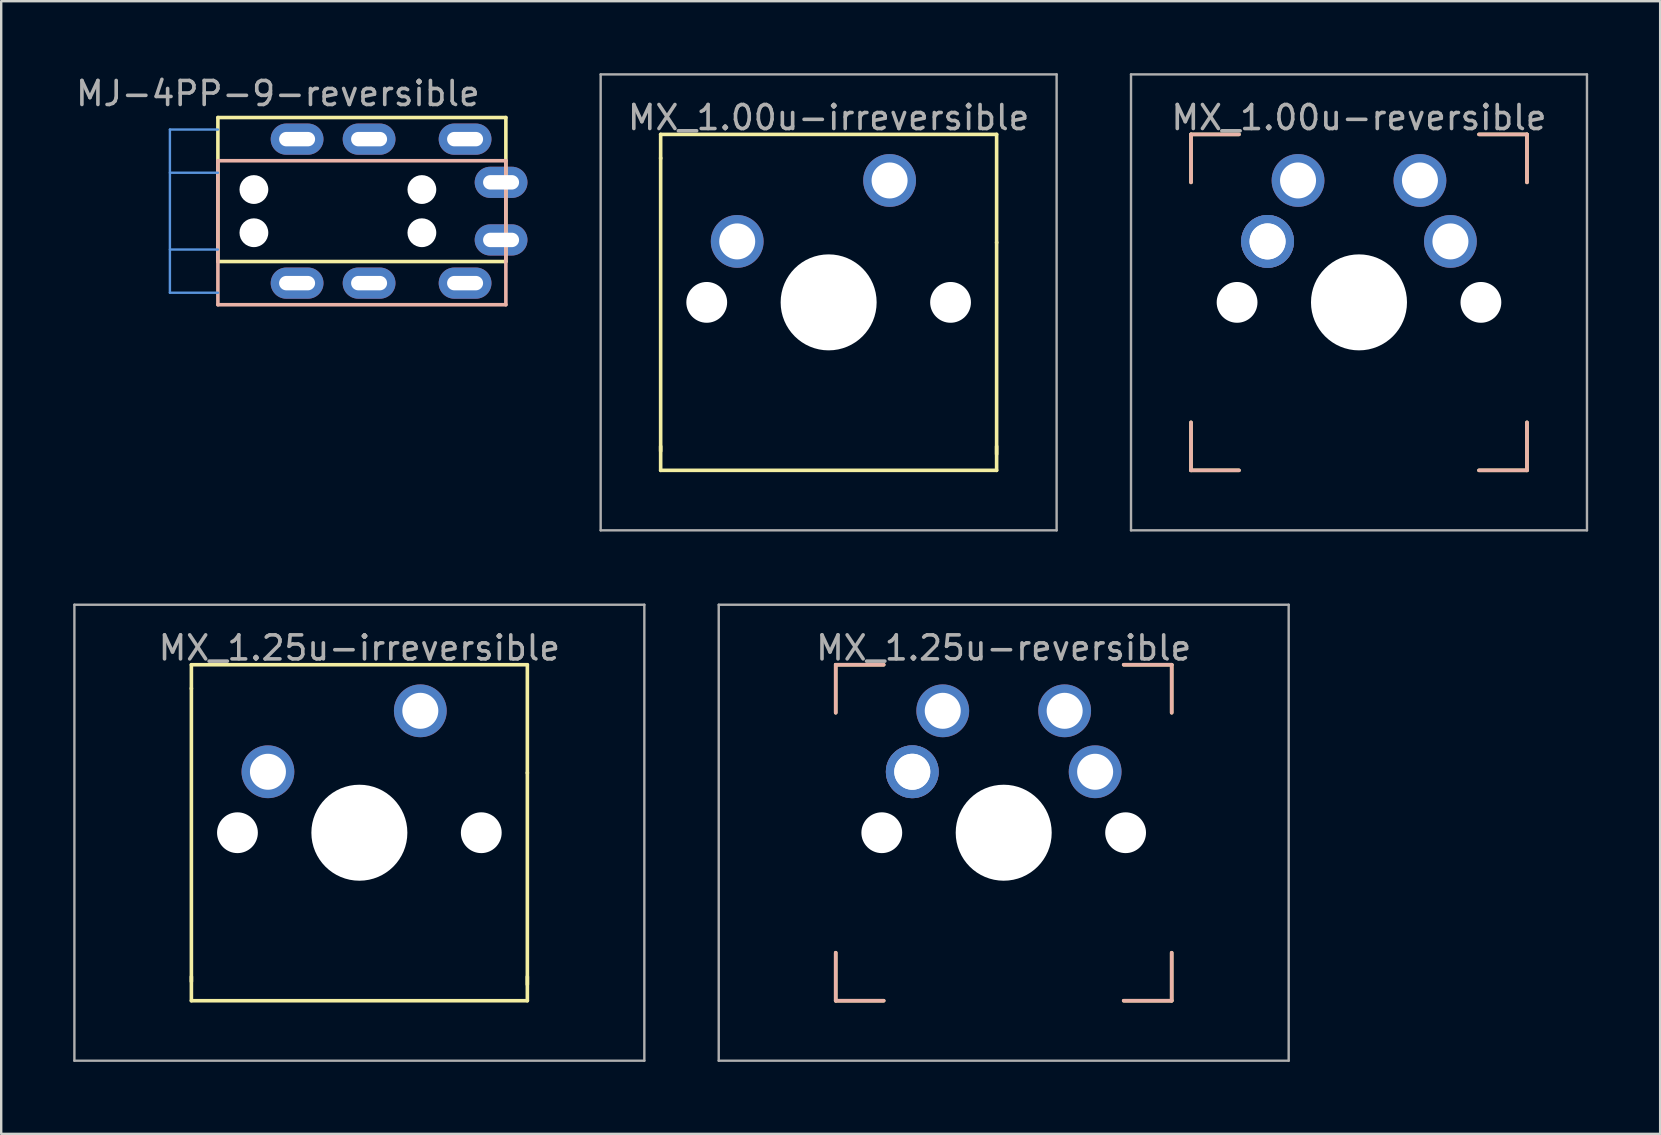
<source format=kicad_pcb>
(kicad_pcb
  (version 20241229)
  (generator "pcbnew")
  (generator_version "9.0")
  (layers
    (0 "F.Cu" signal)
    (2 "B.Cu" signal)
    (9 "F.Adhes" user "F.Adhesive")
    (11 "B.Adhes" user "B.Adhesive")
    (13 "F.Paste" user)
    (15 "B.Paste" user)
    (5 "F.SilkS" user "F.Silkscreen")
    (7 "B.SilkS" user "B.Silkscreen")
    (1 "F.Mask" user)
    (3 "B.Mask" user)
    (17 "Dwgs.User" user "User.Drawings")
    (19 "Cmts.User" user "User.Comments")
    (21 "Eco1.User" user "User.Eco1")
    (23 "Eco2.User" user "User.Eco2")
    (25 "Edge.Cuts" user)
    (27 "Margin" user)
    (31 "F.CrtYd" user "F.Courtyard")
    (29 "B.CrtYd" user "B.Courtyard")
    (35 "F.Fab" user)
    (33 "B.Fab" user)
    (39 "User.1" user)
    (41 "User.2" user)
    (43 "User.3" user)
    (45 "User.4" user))
  (footprint "MX_1.25u-irreversible"
    (layer "F.Cu")
    (at 11.925 31.65)
    (property "Reference" "MX_1.25u-irreversible" (at 0 -7.7 0) (layer "F.Fab") (effects (font (size 1 1) (thickness 0.15))))
    (attr through_hole)
    (fp_line (start -7 -7) (end 7 -7) (stroke (width 0.15) (type solid)) (layer "F.SilkS"))
    (fp_line (start -7 -6.02) (end -7 6.198) (stroke (width 0.15) (type solid)) (layer "F.SilkS"))
    (fp_line (start -7 -6) (end -7 -7) (stroke (width 0.15) (type solid)) (layer "F.SilkS"))
    (fp_line (start -7 7) (end -7 6) (stroke (width 0.15) (type solid)) (layer "F.SilkS"))
    (fp_line (start -7 7) (end 7 7) (stroke (width 0.15) (type solid)) (layer "F.SilkS"))
    (fp_line (start 7 -2.5) (end 7 6.325) (stroke (width 0.15) (type solid)) (layer "F.SilkS"))
    (fp_line (start 7 -2.489) (end 7 -7) (stroke (width 0.15) (type solid)) (layer "F.SilkS"))
    (fp_line (start 7 7) (end 7 6) (stroke (width 0.15) (type solid)) (layer "F.SilkS"))
    (fp_line (start -11.875 -9.5) (end 11.875 -9.5) (stroke (width 0.1) (type solid)) (layer "F.Fab"))
    (fp_line (start -11.875 9.5) (end -11.875 -9.5) (stroke (width 0.1) (type solid)) (layer "F.Fab"))
    (fp_line (start 11.875 -9.5) (end 11.875 9.5) (stroke (width 0.1) (type solid)) (layer "F.Fab"))
    (fp_line (start 11.875 9.5) (end -11.875 9.5) (stroke (width 0.1) (type solid)) (layer "F.Fab"))
    (pad "" np_thru_hole circle (at -5.08 0) (size 1.7 1.7) (drill 1.7) (layers "*.Cu" "*.Mask"))
    (pad "" np_thru_hole circle (at 0 0) (size 4 4) (drill 4) (layers "*.Cu" "*.Mask"))
    (pad "" np_thru_hole circle (at 5.08 0) (size 1.7 1.7) (drill 1.7) (layers "*.Cu" "*.Mask"))
    (pad "1" thru_hole circle (at -3.81 -2.54) (size 2.2 2.2) (drill 1.5) (layers "*.Cu" "*.Mask"))
    (pad "2" thru_hole circle (at 2.54 -5.08) (size 2.2 2.2) (drill 1.5) (layers "*.Cu" "*.Mask")))
  (footprint "MJ-4PP-9-reversible"
    (layer "F.Cu")
    (at 6.03 5.748)
    (property "Reference" "MJ-4PP-9-reversible" (at 2.5 -4.9 0) (layer "F.Fab") (effects (font (size 1 1) (thickness 0.15))))
    (attr through_hole)
    (fp_line (start 0 -3.9) (end 12 -3.9) (stroke (width 0.15) (type solid)) (layer "F.SilkS"))
    (fp_line (start 0 2.1) (end 0 -3.9) (stroke (width 0.15) (type solid)) (layer "F.SilkS"))
    (fp_line (start 0 2.1) (end 12 2.1) (stroke (width 0.15) (type solid)) (layer "F.SilkS"))
    (fp_line (start 12 -3.9) (end 12 2.1) (stroke (width 0.15) (type solid)) (layer "F.SilkS"))
    (fp_line (start 0 -2.1) (end 12 -2.1) (stroke (width 0.15) (type solid)) (layer "B.SilkS"))
    (fp_line (start 0 3.9) (end 0 -2.1) (stroke (width 0.15) (type solid)) (layer "B.SilkS"))
    (fp_line (start 0 3.9) (end 12 3.9) (stroke (width 0.15) (type solid)) (layer "B.SilkS"))
    (fp_line (start 12 -2.1) (end 12 3.9) (stroke (width 0.15) (type solid)) (layer "B.SilkS"))
    (fp_line (start -2 -3.4) (end -2 3.4) (stroke (width 0.1) (type solid)) (layer "Cmts.User"))
    (fp_line (start -2 1.6) (end 0 1.6) (stroke (width 0.1) (type solid)) (layer "Cmts.User"))
    (fp_line (start -2 3.4) (end 0 3.4) (stroke (width 0.1) (type solid)) (layer "Cmts.User"))
    (fp_line (start 0 -3.4) (end -2 -3.4) (stroke (width 0.1) (type solid)) (layer "Cmts.User"))
    (fp_line (start 0 -1.6) (end -2 -1.6) (stroke (width 0.1) (type solid)) (layer "Cmts.User"))
    (pad "" np_thru_hole circle (at 1.5 -0.9) (size 1.2 1.2) (drill 1.2) (layers "*.Cu" "*.Mask"))
    (pad "" np_thru_hole circle (at 1.5 0.9) (size 1.2 1.2) (drill 1.2) (layers "*.Cu" "*.Mask"))
    (pad "" np_thru_hole circle (at 8.5 -0.9) (size 1.2 1.2) (drill 1.2) (layers "*.Cu" "*.Mask"))
    (pad "" np_thru_hole circle (at 8.5 0.9) (size 1.2 1.2) (drill 1.2) (layers "*.Cu" "*.Mask"))
    (pad "A" thru_hole oval (at 11.8 -1.2) (size 2.2 1.3) (drill oval 1.5 0.6) (layers "*.Cu" "*.Mask"))
    (pad "A" thru_hole oval (at 11.8 1.2) (size 2.2 1.3) (drill oval 1.5 0.6) (layers "*.Cu" "*.Mask"))
    (pad "B" thru_hole oval (at 3.3 -3) (size 2.2 1.3) (drill oval 1.5 0.6) (layers "*.Cu" "*.Mask"))
    (pad "B" thru_hole oval (at 3.3 3) (size 2.2 1.3) (drill oval 1.5 0.6) (layers "*.Cu" "*.Mask"))
    (pad "C" thru_hole oval (at 6.3 -3) (size 2.2 1.3) (drill oval 1.5 0.6) (layers "*.Cu" "*.Mask"))
    (pad "C" thru_hole oval (at 6.3 3) (size 2.2 1.3) (drill oval 1.5 0.6) (layers "*.Cu" "*.Mask"))
    (pad "D" thru_hole oval (at 10.3 -3) (size 2.2 1.3) (drill oval 1.5 0.6) (layers "*.Cu" "*.Mask"))
    (pad "D" thru_hole oval (at 10.3 3) (size 2.2 1.3) (drill oval 1.5 0.6) (layers "*.Cu" "*.Mask")))
  (footprint "MX_1.00u-irreversible"
    (layer "F.Cu")
    (at 31.48 9.55)
    (property "Reference" "MX_1.00u-irreversible" (at 0 -7.7 0) (layer "F.Fab") (effects (font (size 1 1) (thickness 0.15))))
    (attr through_hole)
    (fp_line (start -7 -7) (end 7 -7) (stroke (width 0.15) (type solid)) (layer "F.SilkS"))
    (fp_line (start -7 -6.02) (end -7 6.198) (stroke (width 0.15) (type solid)) (layer "F.SilkS"))
    (fp_line (start -7 -6) (end -7 -7) (stroke (width 0.15) (type solid)) (layer "F.SilkS"))
    (fp_line (start -7 7) (end -7 6) (stroke (width 0.15) (type solid)) (layer "F.SilkS"))
    (fp_line (start -7 7) (end 7 7) (stroke (width 0.15) (type solid)) (layer "F.SilkS"))
    (fp_line (start 7 -2.5) (end 7 6.325) (stroke (width 0.15) (type solid)) (layer "F.SilkS"))
    (fp_line (start 7 -2.489) (end 7 -7) (stroke (width 0.15) (type solid)) (layer "F.SilkS"))
    (fp_line (start 7 7) (end 7 6) (stroke (width 0.15) (type solid)) (layer "F.SilkS"))
    (fp_line (start -9.5 -9.5) (end 9.5 -9.5) (stroke (width 0.1) (type solid)) (layer "F.Fab"))
    (fp_line (start -9.5 9.5) (end -9.5 -9.5) (stroke (width 0.1) (type solid)) (layer "F.Fab"))
    (fp_line (start 9.5 -9.5) (end 9.5 9.5) (stroke (width 0.1) (type solid)) (layer "F.Fab"))
    (fp_line (start 9.5 9.5) (end -9.5 9.5) (stroke (width 0.1) (type solid)) (layer "F.Fab"))
    (pad "" np_thru_hole circle (at -5.08 0) (size 1.7 1.7) (drill 1.7) (layers "*.Cu" "*.Mask"))
    (pad "" np_thru_hole circle (at 0 0) (size 4 4) (drill 4) (layers "*.Cu" "*.Mask"))
    (pad "" np_thru_hole circle (at 5.08 0) (size 1.7 1.7) (drill 1.7) (layers "*.Cu" "*.Mask"))
    (pad "1" thru_hole circle (at -3.81 -2.54) (size 2.2 2.2) (drill 1.5) (layers "*.Cu" "*.Mask"))
    (pad "2" thru_hole circle (at 2.54 -5.08) (size 2.2 2.2) (drill 1.5) (layers "*.Cu" "*.Mask")))
  (footprint "MX_1.25u-reversible"
    (layer "F.Cu")
    (at 38.775 31.65)
    (property "Reference" "MX_1.25u-reversible" (at 0 -7.7 0) (layer "F.Fab") (effects (font (size 1 1) (thickness 0.15))))
    (attr through_hole)
    (fp_line (start -7 -7) (end -5 -7) (stroke (width 0.15) (type solid)) (layer "F.SilkS"))
    (fp_line (start -7 -5) (end -7 -7) (stroke (width 0.15) (type solid)) (layer "F.SilkS"))
    (fp_line (start -7 7) (end -7 5) (stroke (width 0.15) (type solid)) (layer "F.SilkS"))
    (fp_line (start -7 7) (end -5 7) (stroke (width 0.15) (type solid)) (layer "F.SilkS"))
    (fp_line (start 7 -7) (end 5 -7) (stroke (width 0.15) (type solid)) (layer "F.SilkS"))
    (fp_line (start 7 -5) (end 7 -7) (stroke (width 0.15) (type solid)) (layer "F.SilkS"))
    (fp_line (start 7 7) (end 5 7) (stroke (width 0.15) (type solid)) (layer "F.SilkS"))
    (fp_line (start 7 7) (end 7 5) (stroke (width 0.15) (type solid)) (layer "F.SilkS"))
    (fp_line (start -7 -7) (end -5 -7) (stroke (width 0.15) (type solid)) (layer "B.SilkS"))
    (fp_line (start -7 -5) (end -7 -7) (stroke (width 0.15) (type solid)) (layer "B.SilkS"))
    (fp_line (start -7 7) (end -7 5) (stroke (width 0.15) (type solid)) (layer "B.SilkS"))
    (fp_line (start -7 7) (end -5 7) (stroke (width 0.15) (type solid)) (layer "B.SilkS"))
    (fp_line (start 7 -7) (end 5 -7) (stroke (width 0.15) (type solid)) (layer "B.SilkS"))
    (fp_line (start 7 -5) (end 7 -7) (stroke (width 0.15) (type solid)) (layer "B.SilkS"))
    (fp_line (start 7 7) (end 5 7) (stroke (width 0.15) (type solid)) (layer "B.SilkS"))
    (fp_line (start 7 7) (end 7 5) (stroke (width 0.15) (type solid)) (layer "B.SilkS"))
    (fp_line (start -11.875 -9.5) (end 11.875 -9.5) (stroke (width 0.1) (type solid)) (layer "F.Fab"))
    (fp_line (start -11.875 9.5) (end -11.875 -9.5) (stroke (width 0.1) (type solid)) (layer "F.Fab"))
    (fp_line (start 11.875 -9.5) (end 11.875 9.5) (stroke (width 0.1) (type solid)) (layer "F.Fab"))
    (fp_line (start 11.875 9.5) (end -11.875 9.5) (stroke (width 0.1) (type solid)) (layer "F.Fab"))
    (pad "" np_thru_hole circle (at -5.08 0) (size 1.7 1.7) (drill 1.7) (layers "*.Cu" "*.Mask"))
    (pad "" np_thru_hole circle (at 0 0) (size 4 4) (drill 4) (layers "*.Cu" "*.Mask"))
    (pad "" np_thru_hole circle (at 5.08 0) (size 1.7 1.7) (drill 1.7) (layers "*.Cu" "*.Mask"))
    (pad "1" thru_hole circle (at -3.81 -2.54) (size 2.2 2.2) (drill 1.5) (layers "*.Cu" "*.Mask"))
    (pad "1" thru_hole circle (at -3.81 -2.54) (size 2.2 2.2) (drill 1.5) (layers "*.Cu" "*.Mask"))
    (pad "1" thru_hole circle (at -2.54 -5.08) (size 2.2 2.2) (drill 1.5) (layers "*.Cu" "*.Mask"))
    (pad "2" thru_hole circle (at 2.54 -5.08) (size 2.2 2.2) (drill 1.5) (layers "*.Cu" "*.Mask"))
    (pad "2" thru_hole circle (at 3.81 -2.54) (size 2.2 2.2) (drill 1.5) (layers "*.Cu" "*.Mask")))
  (footprint "MX_1.00u-reversible"
    (layer "F.Cu")
    (at 53.58 9.55)
    (property "Reference" "MX_1.00u-reversible" (at 0 -7.7 0) (layer "F.Fab") (effects (font (size 1 1) (thickness 0.15))))
    (attr through_hole)
    (fp_line (start -7 -7) (end -5 -7) (stroke (width 0.15) (type solid)) (layer "F.SilkS"))
    (fp_line (start -7 -5) (end -7 -7) (stroke (width 0.15) (type solid)) (layer "F.SilkS"))
    (fp_line (start -7 7) (end -7 5) (stroke (width 0.15) (type solid)) (layer "F.SilkS"))
    (fp_line (start -7 7) (end -5 7) (stroke (width 0.15) (type solid)) (layer "F.SilkS"))
    (fp_line (start 7 -7) (end 5 -7) (stroke (width 0.15) (type solid)) (layer "F.SilkS"))
    (fp_line (start 7 -5) (end 7 -7) (stroke (width 0.15) (type solid)) (layer "F.SilkS"))
    (fp_line (start 7 7) (end 5 7) (stroke (width 0.15) (type solid)) (layer "F.SilkS"))
    (fp_line (start 7 7) (end 7 5) (stroke (width 0.15) (type solid)) (layer "F.SilkS"))
    (fp_line (start -7 -7) (end -5 -7) (stroke (width 0.15) (type solid)) (layer "B.SilkS"))
    (fp_line (start -7 -5) (end -7 -7) (stroke (width 0.15) (type solid)) (layer "B.SilkS"))
    (fp_line (start -7 7) (end -7 5) (stroke (width 0.15) (type solid)) (layer "B.SilkS"))
    (fp_line (start -7 7) (end -5 7) (stroke (width 0.15) (type solid)) (layer "B.SilkS"))
    (fp_line (start 7 -7) (end 5 -7) (stroke (width 0.15) (type solid)) (layer "B.SilkS"))
    (fp_line (start 7 -5) (end 7 -7) (stroke (width 0.15) (type solid)) (layer "B.SilkS"))
    (fp_line (start 7 7) (end 5 7) (stroke (width 0.15) (type solid)) (layer "B.SilkS"))
    (fp_line (start 7 7) (end 7 5) (stroke (width 0.15) (type solid)) (layer "B.SilkS"))
    (fp_line (start -9.5 -9.5) (end 9.5 -9.5) (stroke (width 0.1) (type solid)) (layer "F.Fab"))
    (fp_line (start -9.5 9.5) (end -9.5 -9.5) (stroke (width 0.1) (type solid)) (layer "F.Fab"))
    (fp_line (start 9.5 -9.5) (end 9.5 9.5) (stroke (width 0.1) (type solid)) (layer "F.Fab"))
    (fp_line (start 9.5 9.5) (end -9.5 9.5) (stroke (width 0.1) (type solid)) (layer "F.Fab"))
    (pad "" np_thru_hole circle (at -5.08 0) (size 1.7 1.7) (drill 1.7) (layers "*.Cu" "*.Mask"))
    (pad "" np_thru_hole circle (at 0 0) (size 4 4) (drill 4) (layers "*.Cu" "*.Mask"))
    (pad "" np_thru_hole circle (at 5.08 0) (size 1.7 1.7) (drill 1.7) (layers "*.Cu" "*.Mask"))
    (pad "1" thru_hole circle (at -3.81 -2.54) (size 2.2 2.2) (drill 1.5) (layers "*.Cu" "*.Mask"))
    (pad "1" thru_hole circle (at -3.81 -2.54) (size 2.2 2.2) (drill 1.5) (layers "*.Cu" "*.Mask"))
    (pad "1" thru_hole circle (at -2.54 -5.08) (size 2.2 2.2) (drill 1.5) (layers "*.Cu" "*.Mask"))
    (pad "2" thru_hole circle (at 2.54 -5.08) (size 2.2 2.2) (drill 1.5) (layers "*.Cu" "*.Mask"))
    (pad "2" thru_hole circle (at 3.81 -2.54) (size 2.2 2.2) (drill 1.5) (layers "*.Cu" "*.Mask")))
  (gr_rect
    (start -3 -3)
    (end 66.13 44.2)
    (stroke (width 0.1) (type default))
    (fill no)
    (layer "Edge.Cuts")))
</source>
